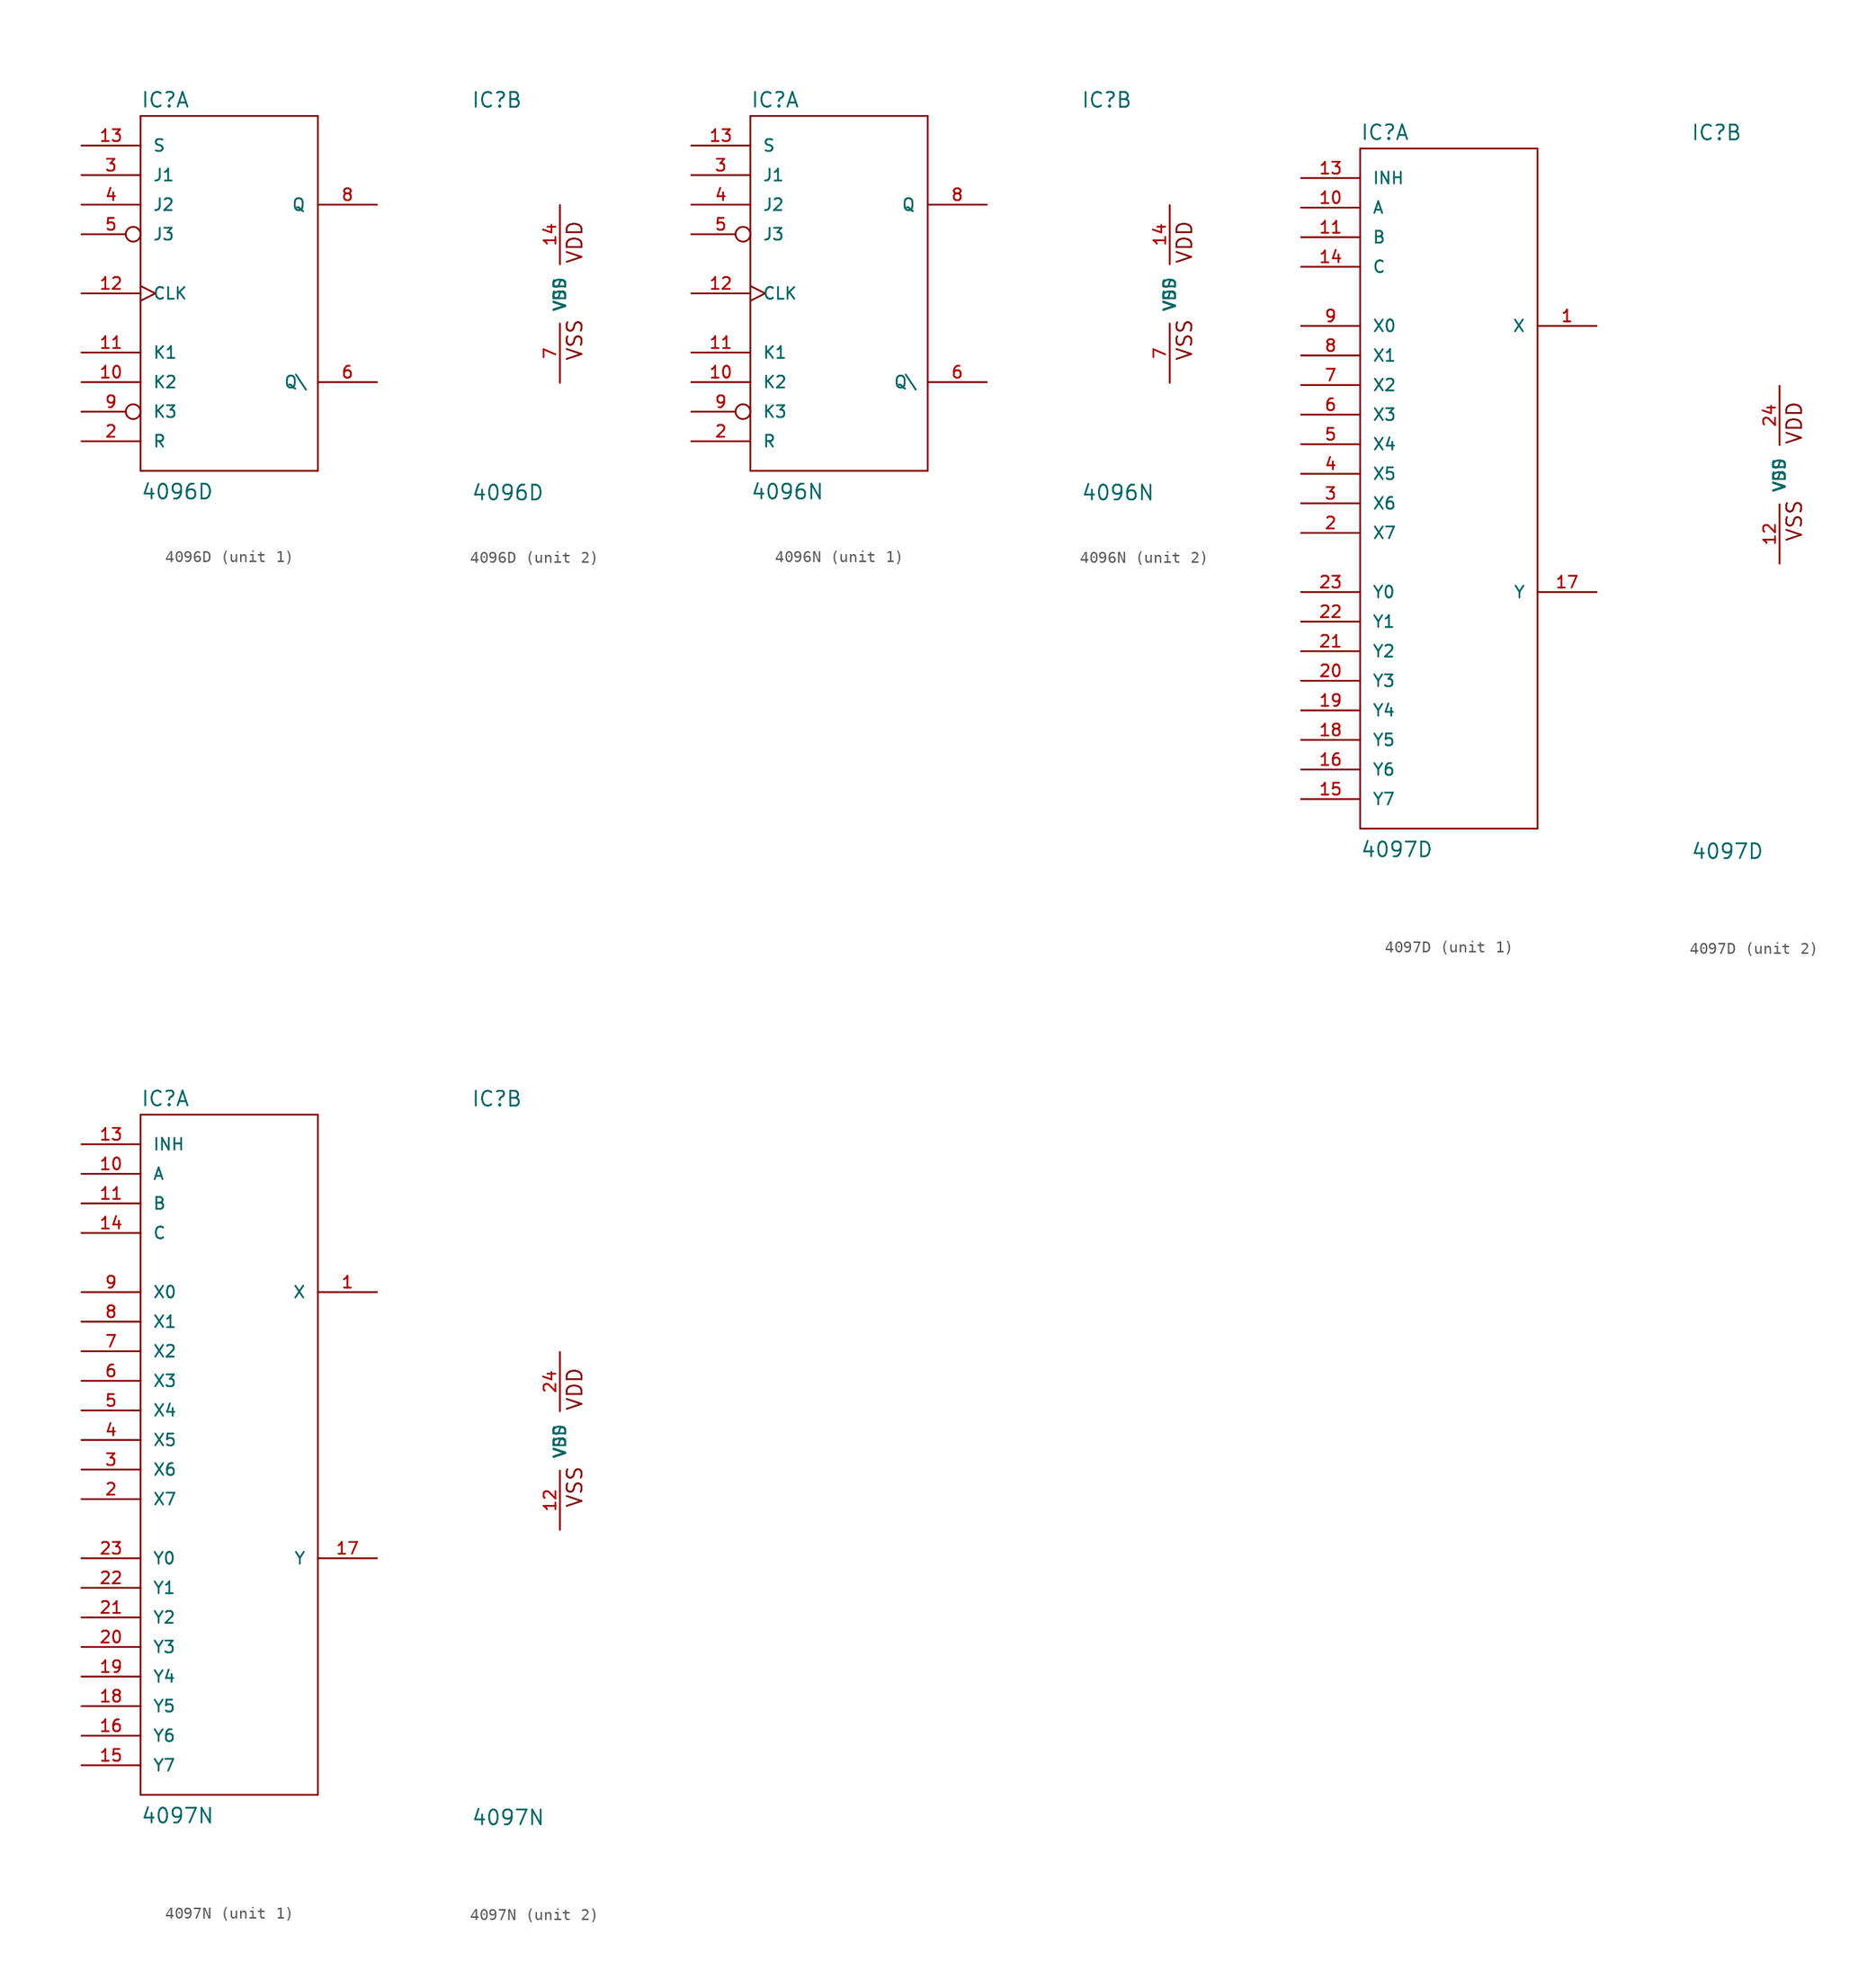
<source format=kicad_sym>
(kicad_symbol_lib
  (version 20211014)
  (generator kicad_symbol_editor)
  (symbol "4096D"
    (pin_names
      (offset 1.016))
    (property "Reference" "IC"
      (at -7.62 15.875 0)
      (effects (font (size 1.27 1.27)) (justify left bottom)))
    (property "Value" "4096D"
      (at -7.62 -17.78 0)
      (effects (font (size 1.27 1.27)) (justify left bottom)))
    (property "ki_locked" ""
      (at 0 0 0)
      (effects (font (size 1.27 1.27))))
    (symbol "4096D_1_0"
      (polyline (pts (xy -7.62 -15.24) (xy 7.62 -15.24)) (stroke (width 0) (type default) (color 0 0 0 0)) (fill (type none)))
      (polyline (pts (xy -7.62 15.24) (xy -7.62 -15.24)) (stroke (width 0) (type default) (color 0 0 0 0)) (fill (type none)))
      (polyline (pts (xy 7.62 -15.24) (xy 7.62 15.24)) (stroke (width 0) (type default) (color 0 0 0 0)) (fill (type none)))
      (polyline (pts (xy 7.62 15.24) (xy -7.62 15.24)) (stroke (width 0) (type default) (color 0 0 0 0)) (fill (type none))))
    (symbol "4096D_1_1"
      (pin input line (at -12.7 -7.62 0) (length 5.08) (name "K2" (effects (font (size 1.016 1.016)))) (number "10" (effects (font (size 1.016 1.016)))))
      (pin input line (at -12.7 -5.08 0) (length 5.08) (name "K1" (effects (font (size 1.016 1.016)))) (number "11" (effects (font (size 1.016 1.016)))))
      (pin input clock (at -12.7 0 0) (length 5.08) (name "CLK" (effects (font (size 1.016 1.016)))) (number "12" (effects (font (size 1.016 1.016)))))
      (pin input line (at -12.7 12.7 0) (length 5.08) (name "S" (effects (font (size 1.016 1.016)))) (number "13" (effects (font (size 1.016 1.016)))))
      (pin input line (at -12.7 -12.7 0) (length 5.08) (name "R" (effects (font (size 1.016 1.016)))) (number "2" (effects (font (size 1.016 1.016)))))
      (pin input line (at -12.7 10.16 0) (length 5.08) (name "J1" (effects (font (size 1.016 1.016)))) (number "3" (effects (font (size 1.016 1.016)))))
      (pin input line (at -12.7 7.62 0) (length 5.08) (name "J2" (effects (font (size 1.016 1.016)))) (number "4" (effects (font (size 1.016 1.016)))))
      (pin input inverted (at -12.7 5.08 0) (length 5.08) (name "J3" (effects (font (size 1.016 1.016)))) (number "5" (effects (font (size 1.016 1.016)))))
      (pin output line (at 12.7 -7.62 180) (length 5.08) (name "Q\\" (effects (font (size 1.016 1.016)))) (number "6" (effects (font (size 1.016 1.016)))))
      (pin output line (at 12.7 7.62 180) (length 5.08) (name "Q" (effects (font (size 1.016 1.016)))) (number "8" (effects (font (size 1.016 1.016)))))
      (pin input inverted (at -12.7 -10.16 0) (length 5.08) (name "K3" (effects (font (size 1.016 1.016)))) (number "9" (effects (font (size 1.016 1.016))))))
    (symbol "4096D_2_0"
      (text "VDD" (at 1.27 4.445 1) (effects (font (size 1.27 1.27))))
      (text "VSS" (at 1.27 -3.937 1) (effects (font (size 1.27 1.27)))))
    (symbol "4096D_2_1"
      (pin power_in line (at 0 7.62 270) (length 5.08) (name "VDD" (effects (font (size 1.016 1.016)))) (number "14" (effects (font (size 1.016 1.016)))))
      (pin power_in line (at 0 -7.62 90) (length 5.08) (name "VSS" (effects (font (size 1.016 1.016)))) (number "7" (effects (font (size 1.016 1.016)))))))
  (symbol "4096N"
    (pin_names
      (offset 1.016))
    (property "Reference" "IC"
      (at -7.62 15.875 0)
      (effects (font (size 1.27 1.27)) (justify left bottom)))
    (property "Value" "4096N"
      (at -7.62 -17.78 0)
      (effects (font (size 1.27 1.27)) (justify left bottom)))
    (property "ki_locked" ""
      (at 0 0 0)
      (effects (font (size 1.27 1.27))))
    (symbol "4096N_1_0"
      (polyline (pts (xy -7.62 -15.24) (xy 7.62 -15.24)) (stroke (width 0) (type default) (color 0 0 0 0)) (fill (type none)))
      (polyline (pts (xy -7.62 15.24) (xy -7.62 -15.24)) (stroke (width 0) (type default) (color 0 0 0 0)) (fill (type none)))
      (polyline (pts (xy 7.62 -15.24) (xy 7.62 15.24)) (stroke (width 0) (type default) (color 0 0 0 0)) (fill (type none)))
      (polyline (pts (xy 7.62 15.24) (xy -7.62 15.24)) (stroke (width 0) (type default) (color 0 0 0 0)) (fill (type none))))
    (symbol "4096N_1_1"
      (pin input line (at -12.7 -7.62 0) (length 5.08) (name "K2" (effects (font (size 1.016 1.016)))) (number "10" (effects (font (size 1.016 1.016)))))
      (pin input line (at -12.7 -5.08 0) (length 5.08) (name "K1" (effects (font (size 1.016 1.016)))) (number "11" (effects (font (size 1.016 1.016)))))
      (pin input clock (at -12.7 0 0) (length 5.08) (name "CLK" (effects (font (size 1.016 1.016)))) (number "12" (effects (font (size 1.016 1.016)))))
      (pin input line (at -12.7 12.7 0) (length 5.08) (name "S" (effects (font (size 1.016 1.016)))) (number "13" (effects (font (size 1.016 1.016)))))
      (pin input line (at -12.7 -12.7 0) (length 5.08) (name "R" (effects (font (size 1.016 1.016)))) (number "2" (effects (font (size 1.016 1.016)))))
      (pin input line (at -12.7 10.16 0) (length 5.08) (name "J1" (effects (font (size 1.016 1.016)))) (number "3" (effects (font (size 1.016 1.016)))))
      (pin input line (at -12.7 7.62 0) (length 5.08) (name "J2" (effects (font (size 1.016 1.016)))) (number "4" (effects (font (size 1.016 1.016)))))
      (pin input inverted (at -12.7 5.08 0) (length 5.08) (name "J3" (effects (font (size 1.016 1.016)))) (number "5" (effects (font (size 1.016 1.016)))))
      (pin output line (at 12.7 -7.62 180) (length 5.08) (name "Q\\" (effects (font (size 1.016 1.016)))) (number "6" (effects (font (size 1.016 1.016)))))
      (pin output line (at 12.7 7.62 180) (length 5.08) (name "Q" (effects (font (size 1.016 1.016)))) (number "8" (effects (font (size 1.016 1.016)))))
      (pin input inverted (at -12.7 -10.16 0) (length 5.08) (name "K3" (effects (font (size 1.016 1.016)))) (number "9" (effects (font (size 1.016 1.016))))))
    (symbol "4096N_2_0"
      (text "VDD" (at 1.27 4.445 1) (effects (font (size 1.27 1.27))))
      (text "VSS" (at 1.27 -3.937 1) (effects (font (size 1.27 1.27)))))
    (symbol "4096N_2_1"
      (pin power_in line (at 0 7.62 270) (length 5.08) (name "VDD" (effects (font (size 1.016 1.016)))) (number "14" (effects (font (size 1.016 1.016)))))
      (pin power_in line (at 0 -7.62 90) (length 5.08) (name "VSS" (effects (font (size 1.016 1.016)))) (number "7" (effects (font (size 1.016 1.016)))))))
  (symbol "4097D"
    (pin_names
      (offset 1.016))
    (property "Reference" "IC"
      (at -7.62 28.575 0)
      (effects (font (size 1.27 1.27)) (justify left bottom)))
    (property "Value" "4097D"
      (at -7.62 -33.02 0)
      (effects (font (size 1.27 1.27)) (justify left bottom)))
    (property "ki_locked" ""
      (at 0 0 0)
      (effects (font (size 1.27 1.27))))
    (symbol "4097D_1_0"
      (polyline (pts (xy -7.62 -30.48) (xy 7.62 -30.48)) (stroke (width 0) (type default) (color 0 0 0 0)) (fill (type none)))
      (polyline (pts (xy -7.62 27.94) (xy -7.62 -30.48)) (stroke (width 0) (type default) (color 0 0 0 0)) (fill (type none)))
      (polyline (pts (xy 7.62 -30.48) (xy 7.62 27.94)) (stroke (width 0) (type default) (color 0 0 0 0)) (fill (type none)))
      (polyline (pts (xy 7.62 27.94) (xy -7.62 27.94)) (stroke (width 0) (type default) (color 0 0 0 0)) (fill (type none))))
    (symbol "4097D_1_1"
      (pin output line (at 12.7 12.7 180) (length 5.08) (name "X" (effects (font (size 1.016 1.016)))) (number "1" (effects (font (size 1.016 1.016)))))
      (pin input line (at -12.7 22.86 0) (length 5.08) (name "A" (effects (font (size 1.016 1.016)))) (number "10" (effects (font (size 1.016 1.016)))))
      (pin input line (at -12.7 20.32 0) (length 5.08) (name "B" (effects (font (size 1.016 1.016)))) (number "11" (effects (font (size 1.016 1.016)))))
      (pin input line (at -12.7 25.4 0) (length 5.08) (name "INH" (effects (font (size 1.016 1.016)))) (number "13" (effects (font (size 1.016 1.016)))))
      (pin input line (at -12.7 17.78 0) (length 5.08) (name "C" (effects (font (size 1.016 1.016)))) (number "14" (effects (font (size 1.016 1.016)))))
      (pin input line (at -12.7 -27.94 0) (length 5.08) (name "Y7" (effects (font (size 1.016 1.016)))) (number "15" (effects (font (size 1.016 1.016)))))
      (pin input line (at -12.7 -25.4 0) (length 5.08) (name "Y6" (effects (font (size 1.016 1.016)))) (number "16" (effects (font (size 1.016 1.016)))))
      (pin output line (at 12.7 -10.16 180) (length 5.08) (name "Y" (effects (font (size 1.016 1.016)))) (number "17" (effects (font (size 1.016 1.016)))))
      (pin input line (at -12.7 -22.86 0) (length 5.08) (name "Y5" (effects (font (size 1.016 1.016)))) (number "18" (effects (font (size 1.016 1.016)))))
      (pin input line (at -12.7 -20.32 0) (length 5.08) (name "Y4" (effects (font (size 1.016 1.016)))) (number "19" (effects (font (size 1.016 1.016)))))
      (pin input line (at -12.7 -5.08 0) (length 5.08) (name "X7" (effects (font (size 1.016 1.016)))) (number "2" (effects (font (size 1.016 1.016)))))
      (pin input line (at -12.7 -17.78 0) (length 5.08) (name "Y3" (effects (font (size 1.016 1.016)))) (number "20" (effects (font (size 1.016 1.016)))))
      (pin input line (at -12.7 -15.24 0) (length 5.08) (name "Y2" (effects (font (size 1.016 1.016)))) (number "21" (effects (font (size 1.016 1.016)))))
      (pin input line (at -12.7 -12.7 0) (length 5.08) (name "Y1" (effects (font (size 1.016 1.016)))) (number "22" (effects (font (size 1.016 1.016)))))
      (pin input line (at -12.7 -10.16 0) (length 5.08) (name "Y0" (effects (font (size 1.016 1.016)))) (number "23" (effects (font (size 1.016 1.016)))))
      (pin input line (at -12.7 -2.54 0) (length 5.08) (name "X6" (effects (font (size 1.016 1.016)))) (number "3" (effects (font (size 1.016 1.016)))))
      (pin input line (at -12.7 0 0) (length 5.08) (name "X5" (effects (font (size 1.016 1.016)))) (number "4" (effects (font (size 1.016 1.016)))))
      (pin input line (at -12.7 2.54 0) (length 5.08) (name "X4" (effects (font (size 1.016 1.016)))) (number "5" (effects (font (size 1.016 1.016)))))
      (pin input line (at -12.7 5.08 0) (length 5.08) (name "X3" (effects (font (size 1.016 1.016)))) (number "6" (effects (font (size 1.016 1.016)))))
      (pin input line (at -12.7 7.62 0) (length 5.08) (name "X2" (effects (font (size 1.016 1.016)))) (number "7" (effects (font (size 1.016 1.016)))))
      (pin input line (at -12.7 10.16 0) (length 5.08) (name "X1" (effects (font (size 1.016 1.016)))) (number "8" (effects (font (size 1.016 1.016)))))
      (pin input line (at -12.7 12.7 0) (length 5.08) (name "X0" (effects (font (size 1.016 1.016)))) (number "9" (effects (font (size 1.016 1.016))))))
    (symbol "4097D_2_0"
      (text "VDD" (at 1.27 4.445 1) (effects (font (size 1.27 1.27))))
      (text "VSS" (at 1.27 -3.937 1) (effects (font (size 1.27 1.27)))))
    (symbol "4097D_2_1"
      (pin power_in line (at 0 -7.62 90) (length 5.08) (name "VSS" (effects (font (size 1.016 1.016)))) (number "12" (effects (font (size 1.016 1.016)))))
      (pin power_in line (at 0 7.62 270) (length 5.08) (name "VDD" (effects (font (size 1.016 1.016)))) (number "24" (effects (font (size 1.016 1.016)))))))
  (symbol "4097N"
    (pin_names
      (offset 1.016))
    (property "Reference" "IC"
      (at -7.62 28.575 0)
      (effects (font (size 1.27 1.27)) (justify left bottom)))
    (property "Value" "4097N"
      (at -7.62 -33.02 0)
      (effects (font (size 1.27 1.27)) (justify left bottom)))
    (property "ki_locked" ""
      (at 0 0 0)
      (effects (font (size 1.27 1.27))))
    (symbol "4097N_1_0"
      (polyline (pts (xy -7.62 -30.48) (xy 7.62 -30.48)) (stroke (width 0) (type default) (color 0 0 0 0)) (fill (type none)))
      (polyline (pts (xy -7.62 27.94) (xy -7.62 -30.48)) (stroke (width 0) (type default) (color 0 0 0 0)) (fill (type none)))
      (polyline (pts (xy 7.62 -30.48) (xy 7.62 27.94)) (stroke (width 0) (type default) (color 0 0 0 0)) (fill (type none)))
      (polyline (pts (xy 7.62 27.94) (xy -7.62 27.94)) (stroke (width 0) (type default) (color 0 0 0 0)) (fill (type none))))
    (symbol "4097N_1_1"
      (pin output line (at 12.7 12.7 180) (length 5.08) (name "X" (effects (font (size 1.016 1.016)))) (number "1" (effects (font (size 1.016 1.016)))))
      (pin input line (at -12.7 22.86 0) (length 5.08) (name "A" (effects (font (size 1.016 1.016)))) (number "10" (effects (font (size 1.016 1.016)))))
      (pin input line (at -12.7 20.32 0) (length 5.08) (name "B" (effects (font (size 1.016 1.016)))) (number "11" (effects (font (size 1.016 1.016)))))
      (pin input line (at -12.7 25.4 0) (length 5.08) (name "INH" (effects (font (size 1.016 1.016)))) (number "13" (effects (font (size 1.016 1.016)))))
      (pin input line (at -12.7 17.78 0) (length 5.08) (name "C" (effects (font (size 1.016 1.016)))) (number "14" (effects (font (size 1.016 1.016)))))
      (pin input line (at -12.7 -27.94 0) (length 5.08) (name "Y7" (effects (font (size 1.016 1.016)))) (number "15" (effects (font (size 1.016 1.016)))))
      (pin input line (at -12.7 -25.4 0) (length 5.08) (name "Y6" (effects (font (size 1.016 1.016)))) (number "16" (effects (font (size 1.016 1.016)))))
      (pin output line (at 12.7 -10.16 180) (length 5.08) (name "Y" (effects (font (size 1.016 1.016)))) (number "17" (effects (font (size 1.016 1.016)))))
      (pin input line (at -12.7 -22.86 0) (length 5.08) (name "Y5" (effects (font (size 1.016 1.016)))) (number "18" (effects (font (size 1.016 1.016)))))
      (pin input line (at -12.7 -20.32 0) (length 5.08) (name "Y4" (effects (font (size 1.016 1.016)))) (number "19" (effects (font (size 1.016 1.016)))))
      (pin input line (at -12.7 -5.08 0) (length 5.08) (name "X7" (effects (font (size 1.016 1.016)))) (number "2" (effects (font (size 1.016 1.016)))))
      (pin input line (at -12.7 -17.78 0) (length 5.08) (name "Y3" (effects (font (size 1.016 1.016)))) (number "20" (effects (font (size 1.016 1.016)))))
      (pin input line (at -12.7 -15.24 0) (length 5.08) (name "Y2" (effects (font (size 1.016 1.016)))) (number "21" (effects (font (size 1.016 1.016)))))
      (pin input line (at -12.7 -12.7 0) (length 5.08) (name "Y1" (effects (font (size 1.016 1.016)))) (number "22" (effects (font (size 1.016 1.016)))))
      (pin input line (at -12.7 -10.16 0) (length 5.08) (name "Y0" (effects (font (size 1.016 1.016)))) (number "23" (effects (font (size 1.016 1.016)))))
      (pin input line (at -12.7 -2.54 0) (length 5.08) (name "X6" (effects (font (size 1.016 1.016)))) (number "3" (effects (font (size 1.016 1.016)))))
      (pin input line (at -12.7 0 0) (length 5.08) (name "X5" (effects (font (size 1.016 1.016)))) (number "4" (effects (font (size 1.016 1.016)))))
      (pin input line (at -12.7 2.54 0) (length 5.08) (name "X4" (effects (font (size 1.016 1.016)))) (number "5" (effects (font (size 1.016 1.016)))))
      (pin input line (at -12.7 5.08 0) (length 5.08) (name "X3" (effects (font (size 1.016 1.016)))) (number "6" (effects (font (size 1.016 1.016)))))
      (pin input line (at -12.7 7.62 0) (length 5.08) (name "X2" (effects (font (size 1.016 1.016)))) (number "7" (effects (font (size 1.016 1.016)))))
      (pin input line (at -12.7 10.16 0) (length 5.08) (name "X1" (effects (font (size 1.016 1.016)))) (number "8" (effects (font (size 1.016 1.016)))))
      (pin input line (at -12.7 12.7 0) (length 5.08) (name "X0" (effects (font (size 1.016 1.016)))) (number "9" (effects (font (size 1.016 1.016))))))
    (symbol "4097N_2_0"
      (text "VDD" (at 1.27 4.445 1) (effects (font (size 1.27 1.27))))
      (text "VSS" (at 1.27 -3.937 1) (effects (font (size 1.27 1.27)))))
    (symbol "4097N_2_1"
      (pin power_in line (at 0 -7.62 90) (length 5.08) (name "VSS" (effects (font (size 1.016 1.016)))) (number "12" (effects (font (size 1.016 1.016)))))
      (pin power_in line (at 0 7.62 270) (length 5.08) (name "VDD" (effects (font (size 1.016 1.016)))) (number "24" (effects (font (size 1.016 1.016))))))))
</source>
